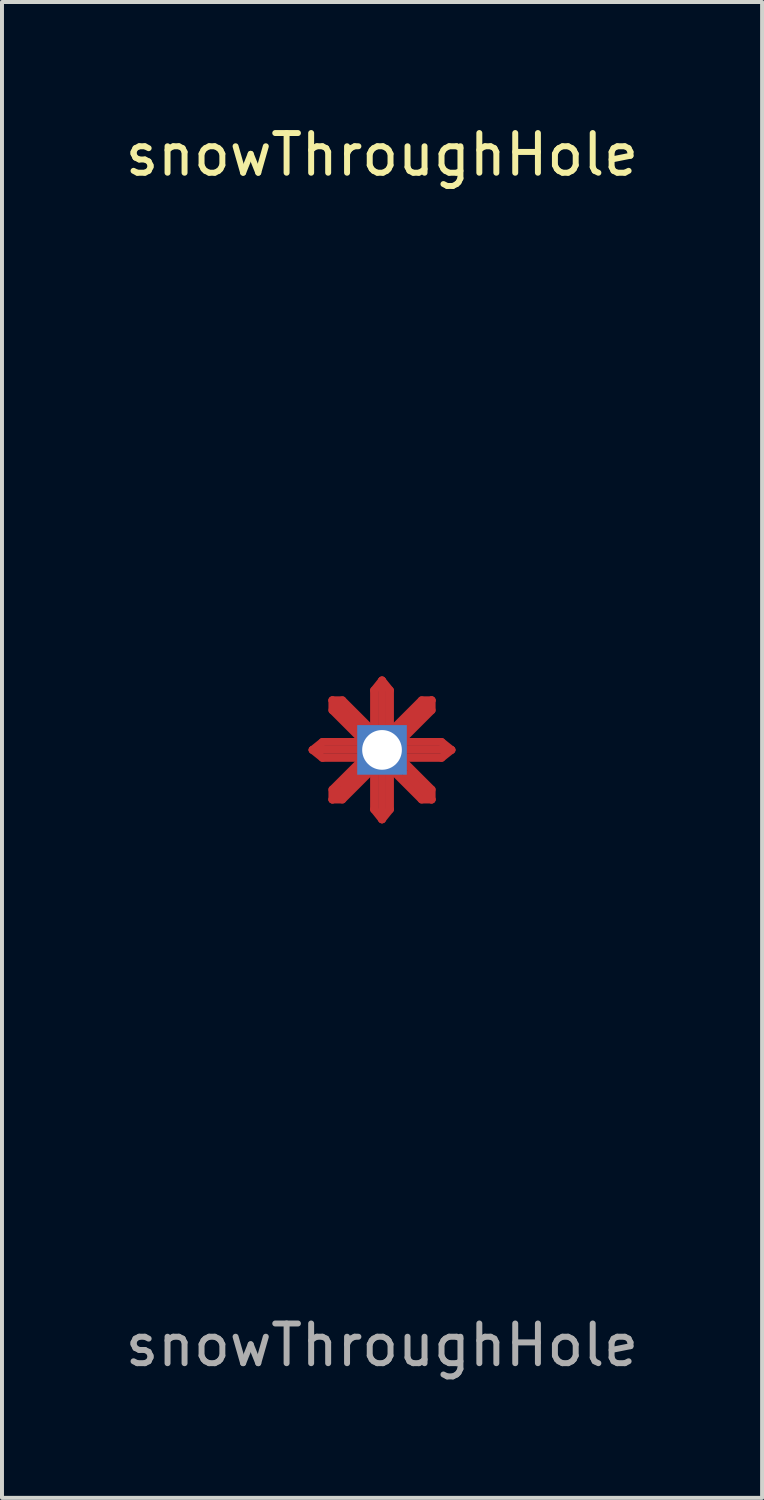
<source format=kicad_pcb>
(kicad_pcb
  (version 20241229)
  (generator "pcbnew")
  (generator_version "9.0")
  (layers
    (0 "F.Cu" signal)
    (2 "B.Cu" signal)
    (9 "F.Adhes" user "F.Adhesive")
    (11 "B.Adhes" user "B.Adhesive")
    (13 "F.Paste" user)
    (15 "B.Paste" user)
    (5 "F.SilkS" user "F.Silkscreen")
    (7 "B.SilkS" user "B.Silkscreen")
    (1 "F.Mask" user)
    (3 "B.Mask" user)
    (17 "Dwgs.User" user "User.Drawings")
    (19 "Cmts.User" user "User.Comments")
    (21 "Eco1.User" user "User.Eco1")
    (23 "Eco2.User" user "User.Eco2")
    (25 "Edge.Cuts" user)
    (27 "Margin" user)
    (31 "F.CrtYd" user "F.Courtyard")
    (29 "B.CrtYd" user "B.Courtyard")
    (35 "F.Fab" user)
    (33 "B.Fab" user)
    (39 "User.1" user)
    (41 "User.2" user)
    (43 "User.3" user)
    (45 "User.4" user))
  (footprint "snowThroughHole"
    (layer "F.Cu")
    (at 6.577 15.848)
    (property "Reference" "snowThroughHole" (at 0 -15 0) (unlocked yes) (layer "F.SilkS") (effects (font (size 1 1) (thickness 0.15))))
    (attr smd)
    (fp_line (start -1.75 0) (end -1.5 -0.2) (stroke (width 0.2) (type solid)) (layer "F.Cu"))
    (fp_line (start -1.75 0) (end -0.625 0) (stroke (width 0.2) (type solid)) (layer "F.Cu"))
    (fp_line (start -1.5 -0.2) (end -0.5 -0.2) (stroke (width 0.2) (type solid)) (layer "F.Cu"))
    (fp_line (start -1.5 0.2) (end -1.75 0) (stroke (width 0.2) (type solid)) (layer "F.Cu"))
    (fp_line (start -1.25 -1.25) (end -1 -1.25) (stroke (width 0.2) (type solid)) (layer "F.Cu"))
    (fp_line (start -1.25 -1.25) (end -0.5 -0.5) (stroke (width 0.2) (type solid)) (layer "F.Cu"))
    (fp_line (start -1.25 -1) (end -1.25 -1.25) (stroke (width 0.2) (type solid)) (layer "F.Cu"))
    (fp_line (start -1.25 1) (end -0.5 0.25) (stroke (width 0.2) (type solid)) (layer "F.Cu"))
    (fp_line (start -1.25 1.25) (end -1.25 1) (stroke (width 0.2) (type solid)) (layer "F.Cu"))
    (fp_line (start -1.25 1.25) (end -0.5 0.5) (stroke (width 0.2) (type solid)) (layer "F.Cu"))
    (fp_line (start -1 -1.25) (end -0.25 -0.5) (stroke (width 0.2) (type solid)) (layer "F.Cu"))
    (fp_line (start -1 1.25) (end -1.25 1.25) (stroke (width 0.2) (type solid)) (layer "F.Cu"))
    (fp_line (start -0.5 -0.25) (end -1.25 -1) (stroke (width 0.2) (type solid)) (layer "F.Cu"))
    (fp_line (start -0.5 0.2) (end -1.5 0.2) (stroke (width 0.2) (type solid)) (layer "F.Cu"))
    (fp_line (start -0.25 0.5) (end -1 1.25) (stroke (width 0.2) (type solid)) (layer "F.Cu"))
    (fp_line (start -0.2 -1.5) (end 0 -1.75) (stroke (width 0.2) (type solid)) (layer "F.Cu"))
    (fp_line (start -0.2 -0.5) (end -0.2 -1.5) (stroke (width 0.2) (type solid)) (layer "F.Cu"))
    (fp_line (start -0.2 0.5) (end -0.2 1.5) (stroke (width 0.2) (type solid)) (layer "F.Cu"))
    (fp_line (start -0.2 1.5) (end 0 1.75) (stroke (width 0.2) (type solid)) (layer "F.Cu"))
    (fp_line (start 0 -1.75) (end 0 -0.625) (stroke (width 0.2) (type solid)) (layer "F.Cu"))
    (fp_line (start 0 -1.75) (end 0.2 -1.5) (stroke (width 0.2) (type solid)) (layer "F.Cu"))
    (fp_line (start 0 1.75) (end 0 0.625) (stroke (width 0.2) (type solid)) (layer "F.Cu"))
    (fp_line (start 0 1.75) (end 0.2 1.5) (stroke (width 0.2) (type solid)) (layer "F.Cu"))
    (fp_line (start 0.2 -1.5) (end 0.2 -0.5) (stroke (width 0.2) (type solid)) (layer "F.Cu"))
    (fp_line (start 0.2 1.5) (end 0.2 0.5) (stroke (width 0.2) (type solid)) (layer "F.Cu"))
    (fp_line (start 0.25 -0.5) (end 1 -1.25) (stroke (width 0.2) (type solid)) (layer "F.Cu"))
    (fp_line (start 0.5 -0.2) (end 1.5 -0.2) (stroke (width 0.2) (type solid)) (layer "F.Cu"))
    (fp_line (start 0.5 0.25) (end 1.25 1) (stroke (width 0.2) (type solid)) (layer "F.Cu"))
    (fp_line (start 1 -1.25) (end 1.25 -1.25) (stroke (width 0.2) (type solid)) (layer "F.Cu"))
    (fp_line (start 1 1.25) (end 0.25 0.5) (stroke (width 0.2) (type solid)) (layer "F.Cu"))
    (fp_line (start 1.25 -1.25) (end 0.5 -0.5) (stroke (width 0.2) (type solid)) (layer "F.Cu"))
    (fp_line (start 1.25 -1.25) (end 1.25 -1) (stroke (width 0.2) (type solid)) (layer "F.Cu"))
    (fp_line (start 1.25 -1) (end 0.5 -0.25) (stroke (width 0.2) (type solid)) (layer "F.Cu"))
    (fp_line (start 1.25 1) (end 1.25 1.25) (stroke (width 0.2) (type solid)) (layer "F.Cu"))
    (fp_line (start 1.25 1.25) (end 0.625 0.625) (stroke (width 0.2) (type solid)) (layer "F.Cu"))
    (fp_line (start 1.25 1.25) (end 1 1.25) (stroke (width 0.2) (type solid)) (layer "F.Cu"))
    (fp_line (start 1.5 -0.2) (end 1.75 0) (stroke (width 0.2) (type solid)) (layer "F.Cu"))
    (fp_line (start 1.5 0.2) (end 0.5 0.2) (stroke (width 0.2) (type solid)) (layer "F.Cu"))
    (fp_line (start 1.75 0) (end 0.625 0) (stroke (width 0.2) (type solid)) (layer "F.Cu"))
    (fp_line (start 1.75 0) (end 1.5 0.2) (stroke (width 0.2) (type solid)) (layer "F.Cu"))
    (fp_text user "${REFERENCE}" (at 0 15 0) (unlocked yes) (layer "F.Fab") (effects (font (size 1 1) (thickness 0.15))))
    (pad "1" thru_hole rect (at 0 0) (size 1.25 1.25) (drill 1) (layers "*.Cu" "*.Mask")))
  (gr_rect
    (start -3 -3)
    (end 16.155 34.697)
    (stroke (width 0.1) (type default))
    (fill no)
    (layer "Edge.Cuts")))
</source>
